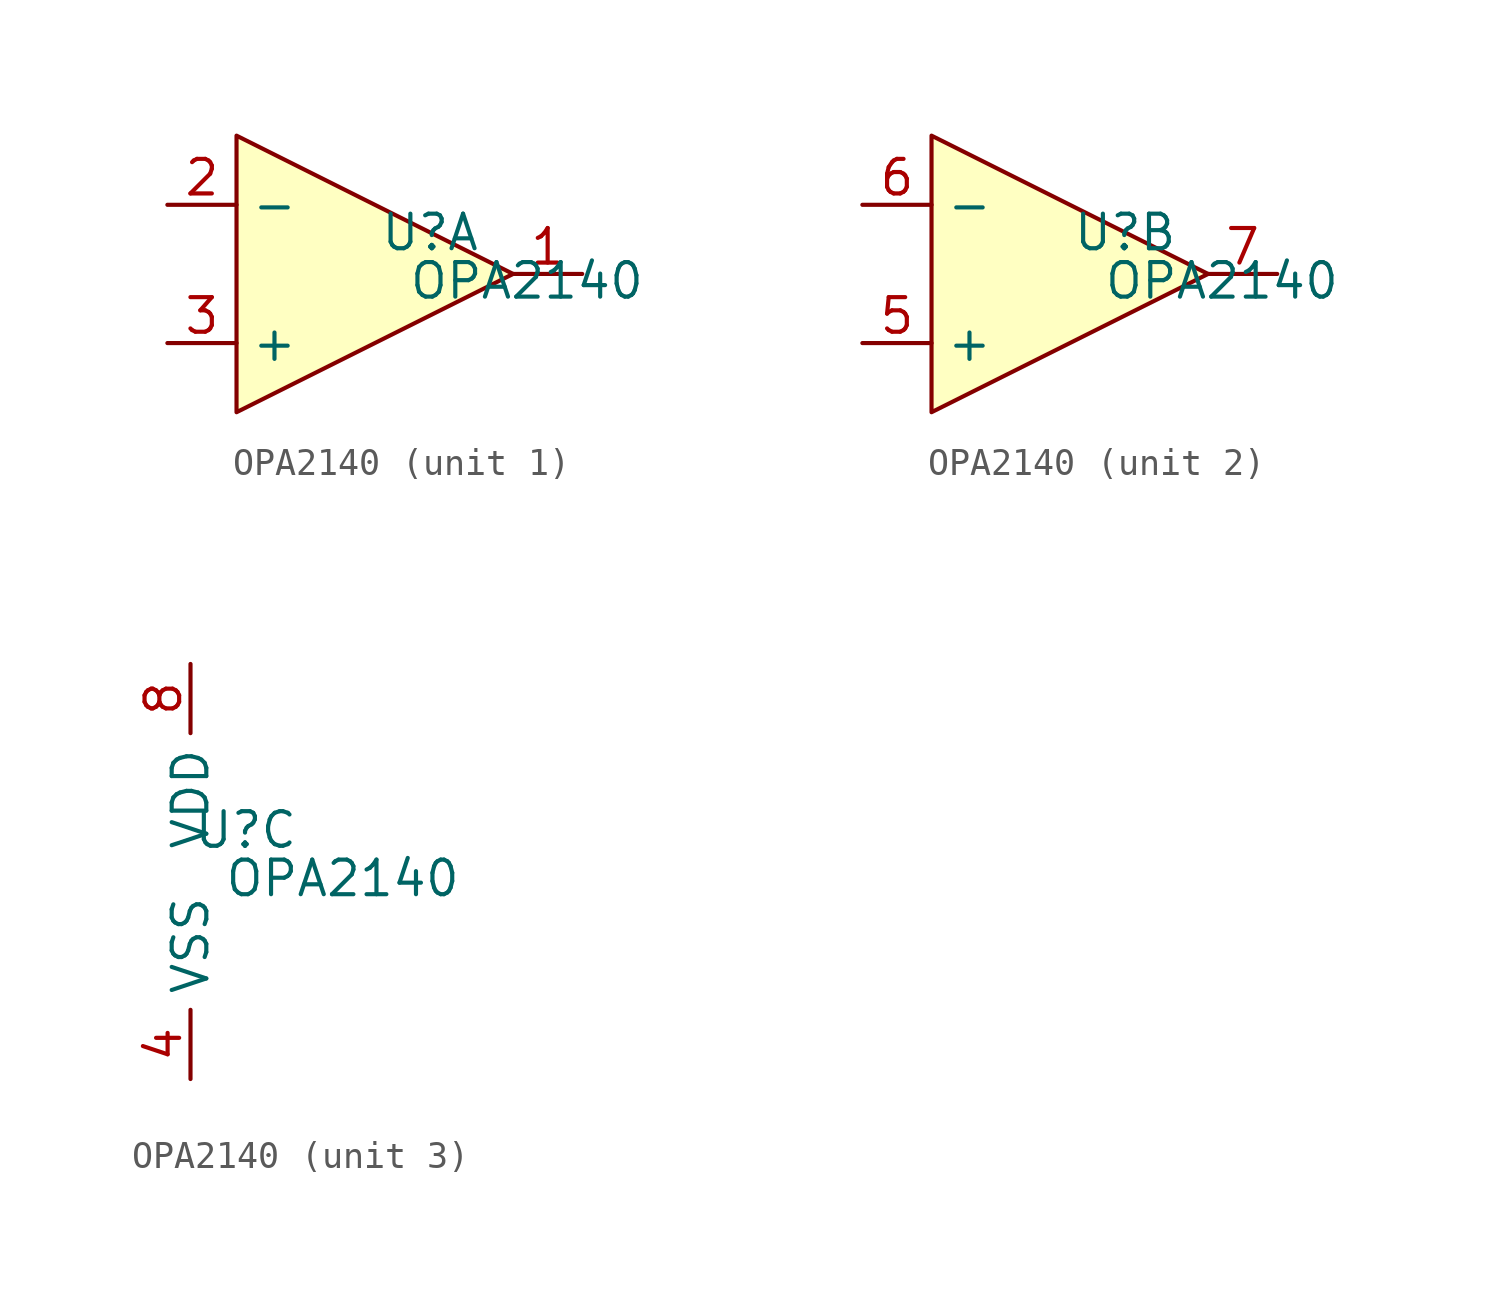
<source format=kicad_sym>
(kicad_symbol_lib
  (version 20231120)
  (generator "kicad_symbol_editor")
  (generator_version "8.0")
  (symbol "OPA2140"
    (property "Reference" "U"
      (at 2.032 1.524 0)
      (effects (font (size 1.27 1.27))))
    (property "Value" "OPA2140"
      (at 5.588 -0.254 0)
      (effects (font (size 1.27 1.27))))
    (symbol "OPA2140_1_1"
      (polyline (pts (xy -5.08 5.08) (xy -5.08 -5.08) (xy 5.08 0) (xy -5.08 5.08)) (stroke (width 0) (type default)) (fill (type background)))
      (pin bidirectional line (at 7.62 0 180) (length 2.54) (name "" (effects (font (size 1.27 1.27)))) (number "1" (effects (font (size 1.27 1.27)))))
      (pin bidirectional line (at -7.62 2.54 0) (length 2.54) (name "-" (effects (font (size 1.27 1.27)))) (number "2" (effects (font (size 1.27 1.27)))))
      (pin bidirectional line (at -7.62 -2.54 0) (length 2.54) (name "+" (effects (font (size 1.27 1.27)))) (number "3" (effects (font (size 1.27 1.27))))))
    (symbol "OPA2140_2_1"
      (polyline (pts (xy -5.08 5.08) (xy -5.08 -5.08) (xy 5.08 0) (xy -5.08 5.08)) (stroke (width 0) (type default)) (fill (type background)))
      (pin bidirectional line (at -7.62 -2.54 0) (length 2.54) (name "+" (effects (font (size 1.27 1.27)))) (number "5" (effects (font (size 1.27 1.27)))))
      (pin bidirectional line (at -7.62 2.54 0) (length 2.54) (name "-" (effects (font (size 1.27 1.27)))) (number "6" (effects (font (size 1.27 1.27)))))
      (pin bidirectional line (at 7.62 0 180) (length 2.54) (name "" (effects (font (size 1.27 1.27)))) (number "7" (effects (font (size 1.27 1.27))))))
    (symbol "OPA2140_3_1"
      (pin power_in line (at 0 -7.62 90) (length 2.54) (name "VSS" (effects (font (size 1.27 1.27)))) (number "4" (effects (font (size 1.27 1.27)))))
      (pin power_in line (at 0 7.62 270) (length 2.54) (name "VDD" (effects (font (size 1.27 1.27)))) (number "8" (effects (font (size 1.27 1.27))))))))
</source>
